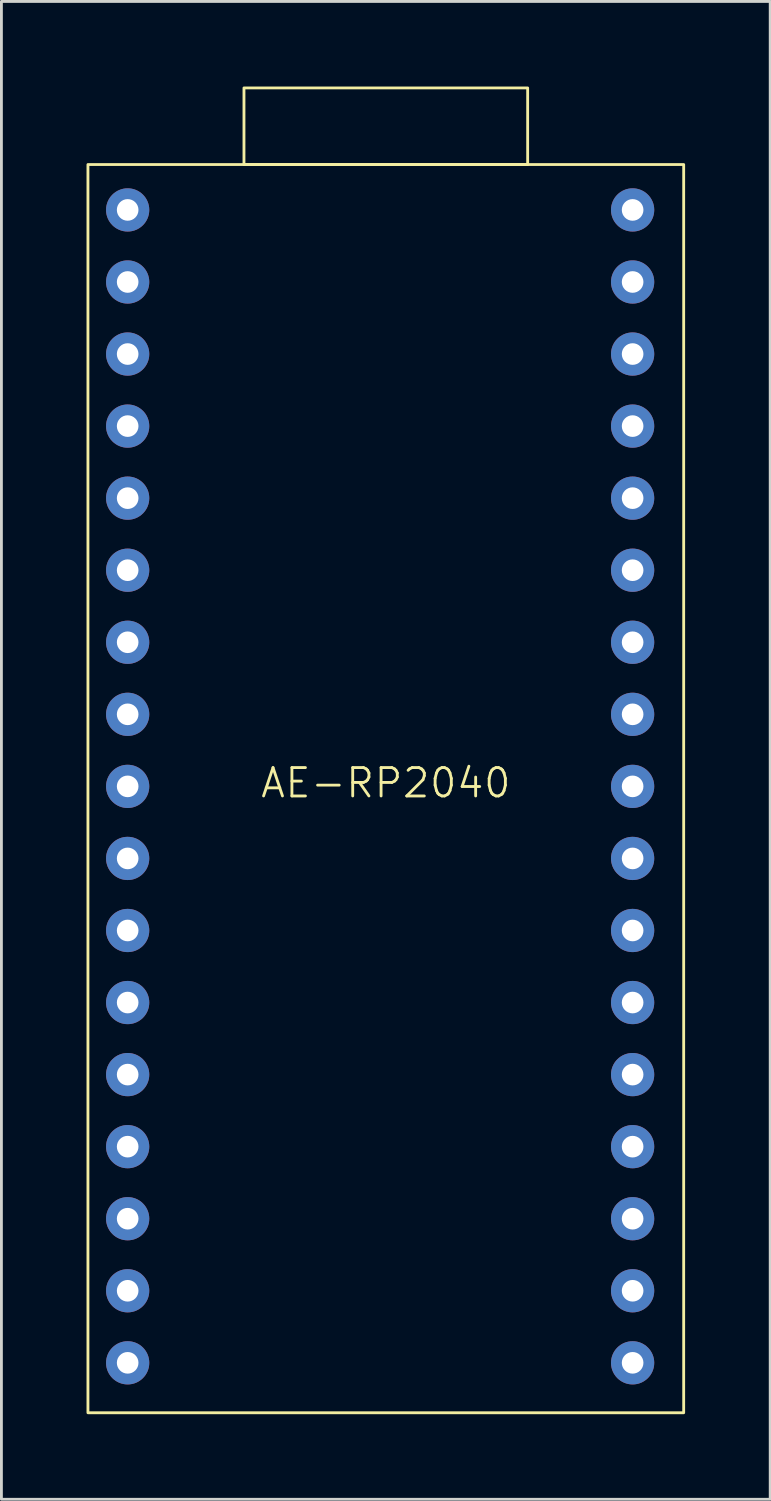
<source format=kicad_pcb>
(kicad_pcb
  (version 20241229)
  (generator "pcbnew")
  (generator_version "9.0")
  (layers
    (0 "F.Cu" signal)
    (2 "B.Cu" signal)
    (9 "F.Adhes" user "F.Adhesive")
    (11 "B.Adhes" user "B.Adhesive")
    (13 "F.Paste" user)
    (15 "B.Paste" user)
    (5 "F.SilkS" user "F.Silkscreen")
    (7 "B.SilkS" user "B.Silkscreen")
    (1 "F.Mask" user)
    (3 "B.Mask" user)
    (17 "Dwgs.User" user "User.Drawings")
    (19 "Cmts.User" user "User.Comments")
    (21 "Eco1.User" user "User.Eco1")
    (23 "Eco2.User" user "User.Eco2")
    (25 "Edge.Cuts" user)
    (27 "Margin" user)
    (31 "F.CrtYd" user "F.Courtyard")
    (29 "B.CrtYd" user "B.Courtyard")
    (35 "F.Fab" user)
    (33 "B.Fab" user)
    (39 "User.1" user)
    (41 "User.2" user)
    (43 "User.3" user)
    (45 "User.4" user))
  (footprint "AE-RP2040"
    (layer "F.Cu")
    (at 10.55 25.05)
    (property "Reference" "AE-RP2040" (at 0 -0.5 0) (unlocked yes) (layer "F.SilkS") (effects (font (size 1 1) (thickness 0.1))))
    (attr through_hole)
    (fp_rect (start -10.5 -22.3) (end 10.5 21.7) (stroke (width 0.1) (type default)) (fill no) (layer "F.SilkS"))
    (fp_rect (start -5 -25) (end 5 -22.3) (stroke (width 0.1) (type solid)) (fill no) (layer "F.SilkS"))
    (pad "1" thru_hole circle (at -9.1 -20.7) (size 1.524 1.524) (drill 0.762) (layers "*.Cu" "*.Mask"))
    (pad "2" thru_hole circle (at -9.1 -18.16) (size 1.524 1.524) (drill 0.762) (layers "*.Cu" "*.Mask"))
    (pad "3" thru_hole circle (at -9.1 -15.62) (size 1.524 1.524) (drill 0.762) (layers "*.Cu" "*.Mask"))
    (pad "4" thru_hole circle (at -9.1 -13.08) (size 1.524 1.524) (drill 0.762) (layers "*.Cu" "*.Mask"))
    (pad "5" thru_hole circle (at -9.1 -10.54) (size 1.524 1.524) (drill 0.762) (layers "*.Cu" "*.Mask"))
    (pad "6" thru_hole circle (at -9.1 -8) (size 1.524 1.524) (drill 0.762) (layers "*.Cu" "*.Mask"))
    (pad "7" thru_hole circle (at -9.1 -5.46) (size 1.524 1.524) (drill 0.762) (layers "*.Cu" "*.Mask"))
    (pad "8" thru_hole circle (at -9.1 -2.92) (size 1.524 1.524) (drill 0.762) (layers "*.Cu" "*.Mask"))
    (pad "9" thru_hole circle (at -9.1 -0.38) (size 1.524 1.524) (drill 0.762) (layers "*.Cu" "*.Mask"))
    (pad "10" thru_hole circle (at -9.1 2.16) (size 1.524 1.524) (drill 0.762) (layers "*.Cu" "*.Mask"))
    (pad "11" thru_hole circle (at -9.1 4.7) (size 1.524 1.524) (drill 0.762) (layers "*.Cu" "*.Mask"))
    (pad "12" thru_hole circle (at -9.1 7.24) (size 1.524 1.524) (drill 0.762) (layers "*.Cu" "*.Mask"))
    (pad "13" thru_hole circle (at -9.1 9.78) (size 1.524 1.524) (drill 0.762) (layers "*.Cu" "*.Mask"))
    (pad "14" thru_hole circle (at -9.1 12.32) (size 1.524 1.524) (drill 0.762) (layers "*.Cu" "*.Mask"))
    (pad "15" thru_hole circle (at -9.1 14.86) (size 1.524 1.524) (drill 0.762) (layers "*.Cu" "*.Mask"))
    (pad "16" thru_hole circle (at -9.1 17.4) (size 1.524 1.524) (drill 0.762) (layers "*.Cu" "*.Mask"))
    (pad "17" thru_hole circle (at -9.1 19.94) (size 1.524 1.524) (drill 0.762) (layers "*.Cu" "*.Mask"))
    (pad "18" thru_hole circle (at 8.7 19.94) (size 1.524 1.524) (drill 0.762) (layers "*.Cu" "*.Mask"))
    (pad "19" thru_hole circle (at 8.7 17.4) (size 1.524 1.524) (drill 0.762) (layers "*.Cu" "*.Mask"))
    (pad "20" thru_hole circle (at 8.7 14.86) (size 1.524 1.524) (drill 0.762) (layers "*.Cu" "*.Mask"))
    (pad "21" thru_hole circle (at 8.7 12.32) (size 1.524 1.524) (drill 0.762) (layers "*.Cu" "*.Mask"))
    (pad "22" thru_hole circle (at 8.7 9.78) (size 1.524 1.524) (drill 0.762) (layers "*.Cu" "*.Mask"))
    (pad "23" thru_hole circle (at 8.7 7.24) (size 1.524 1.524) (drill 0.762) (layers "*.Cu" "*.Mask"))
    (pad "24" thru_hole circle (at 8.7 4.7) (size 1.524 1.524) (drill 0.762) (layers "*.Cu" "*.Mask"))
    (pad "25" thru_hole circle (at 8.7 2.16) (size 1.524 1.524) (drill 0.762) (layers "*.Cu" "*.Mask"))
    (pad "26" thru_hole circle (at 8.7 -0.38) (size 1.524 1.524) (drill 0.762) (layers "*.Cu" "*.Mask"))
    (pad "27" thru_hole circle (at 8.7 -2.92) (size 1.524 1.524) (drill 0.762) (layers "*.Cu" "*.Mask"))
    (pad "28" thru_hole circle (at 8.7 -5.46) (size 1.524 1.524) (drill 0.762) (layers "*.Cu" "*.Mask"))
    (pad "29" thru_hole circle (at 8.7 -8) (size 1.524 1.524) (drill 0.762) (layers "*.Cu" "*.Mask"))
    (pad "30" thru_hole circle (at 8.7 -10.54) (size 1.524 1.524) (drill 0.762) (layers "*.Cu" "*.Mask"))
    (pad "31" thru_hole circle (at 8.7 -13.08) (size 1.524 1.524) (drill 0.762) (layers "*.Cu" "*.Mask"))
    (pad "32" thru_hole circle (at 8.7 -15.62) (size 1.524 1.524) (drill 0.762) (layers "*.Cu" "*.Mask"))
    (pad "33" thru_hole circle (at 8.7 -18.16) (size 1.524 1.524) (drill 0.762) (layers "*.Cu" "*.Mask"))
    (pad "34" thru_hole circle (at 8.7 -20.7) (size 1.524 1.524) (drill 0.762) (layers "*.Cu" "*.Mask")))
  (gr_rect
    (start -3 -3)
    (end 24.1 49.8)
    (stroke (width 0.1) (type default))
    (fill no)
    (layer "Edge.Cuts")))
</source>
